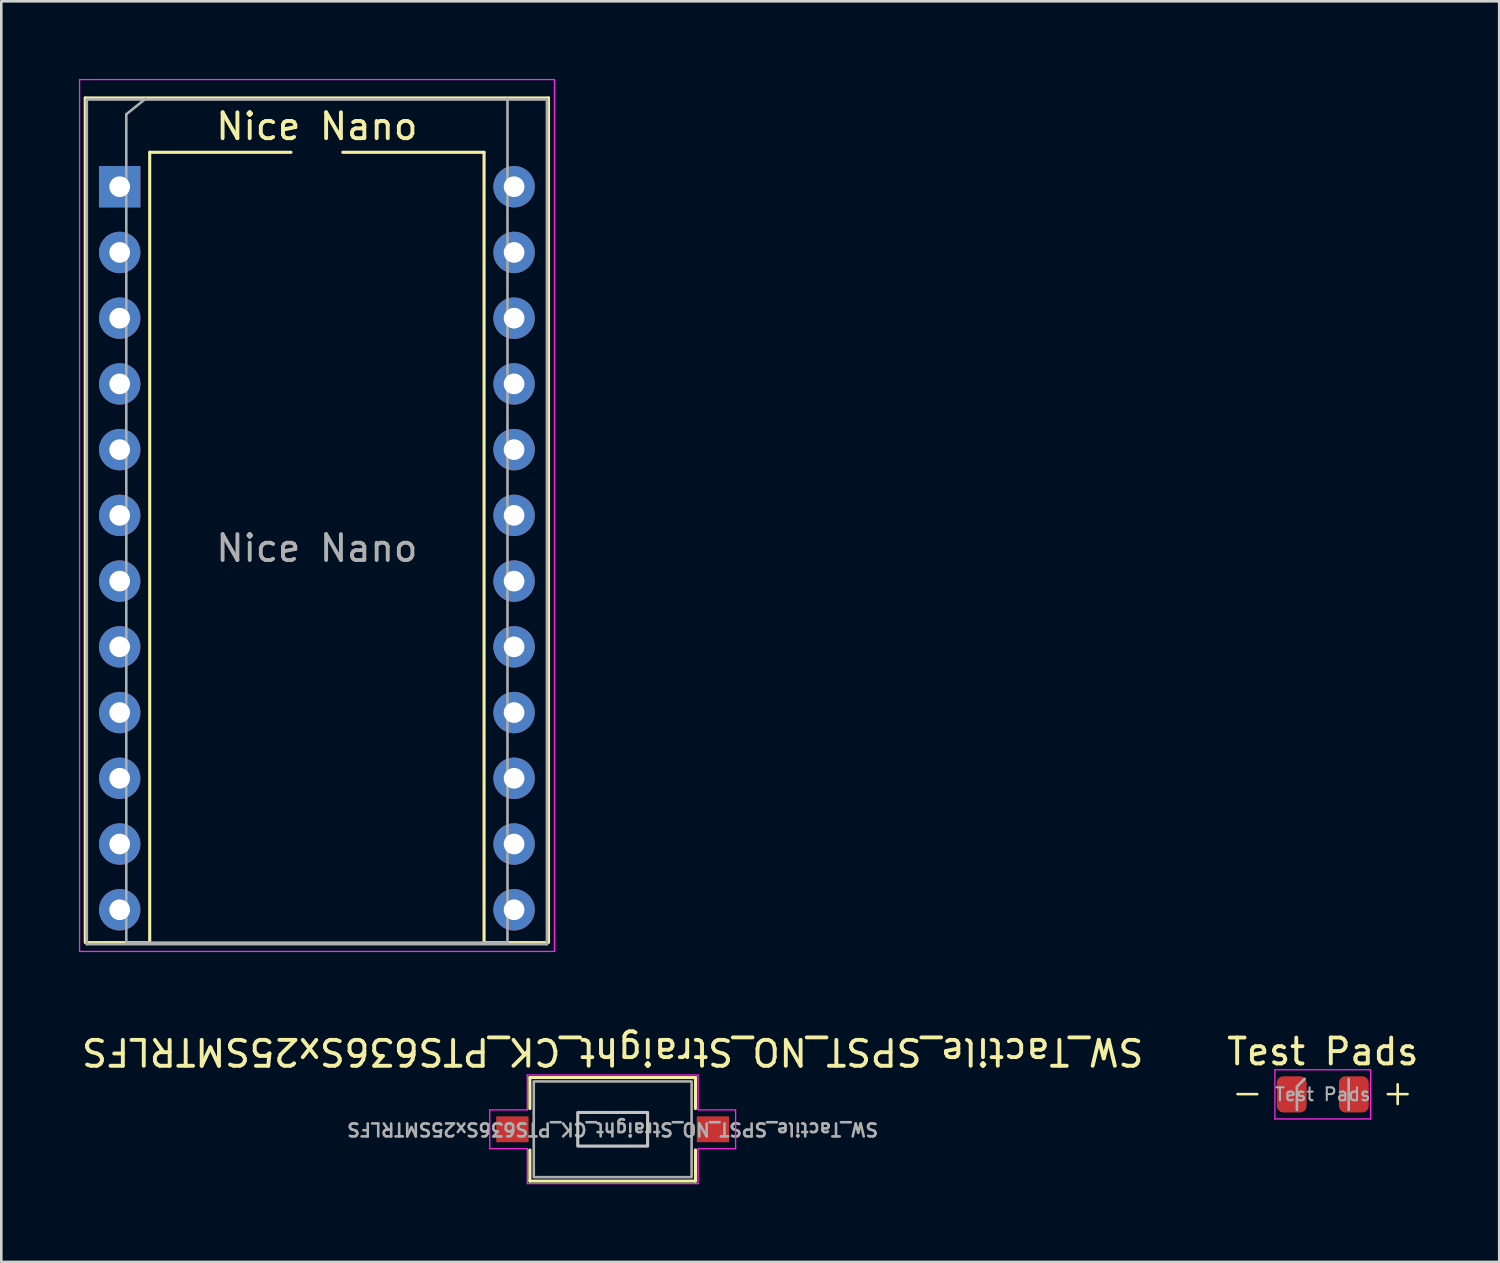
<source format=kicad_pcb>
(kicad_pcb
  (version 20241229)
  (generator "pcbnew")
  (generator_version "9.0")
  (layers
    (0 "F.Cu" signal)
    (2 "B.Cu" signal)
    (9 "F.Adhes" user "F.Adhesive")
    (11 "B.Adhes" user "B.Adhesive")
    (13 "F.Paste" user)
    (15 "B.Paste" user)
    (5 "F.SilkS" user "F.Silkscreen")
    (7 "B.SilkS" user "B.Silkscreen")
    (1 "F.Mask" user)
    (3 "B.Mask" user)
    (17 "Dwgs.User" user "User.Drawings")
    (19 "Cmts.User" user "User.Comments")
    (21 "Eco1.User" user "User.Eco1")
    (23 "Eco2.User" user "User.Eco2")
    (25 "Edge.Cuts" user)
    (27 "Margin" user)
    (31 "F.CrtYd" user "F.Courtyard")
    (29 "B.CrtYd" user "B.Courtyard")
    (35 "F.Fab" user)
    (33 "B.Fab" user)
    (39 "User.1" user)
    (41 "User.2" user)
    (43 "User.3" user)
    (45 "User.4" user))
  (footprint "SW_Tactile_SPST_NO_Straight_CK_PTS636Sx25SMTRLFS"
    (layer "F.Cu")
    (at 20.625 40.588)
    (property "Reference" "SW_Tactile_SPST_NO_Straight_CK_PTS636Sx25SMTRLFS" (at 0 -3 180) (unlocked yes) (layer "F.SilkS") (effects (font (size 1 1) (thickness 0.15))))
    (attr smd)
    (fp_line (start -3.2 -2) (end -3.2 -0.8) (stroke (width 0.12) (type solid)) (layer "F.SilkS"))
    (fp_line (start -3.2 0.8) (end -3.2 2) (stroke (width 0.12) (type solid)) (layer "F.SilkS"))
    (fp_line (start -3.2 2) (end 3.2 2) (stroke (width 0.12) (type solid)) (layer "F.SilkS"))
    (fp_line (start 3.2 -2) (end -3.2 -2) (stroke (width 0.12) (type solid)) (layer "F.SilkS"))
    (fp_line (start 3.2 -0.8) (end 3.2 -2) (stroke (width 0.12) (type solid)) (layer "F.SilkS"))
    (fp_line (start 3.2 2) (end 3.2 0.8) (stroke (width 0.12) (type solid)) (layer "F.SilkS"))
    (fp_rect (start -1.35 -0.65) (end 1.35 0.65) (stroke (width 0.12) (type solid)) (fill no) (layer "Dwgs.User"))
    (fp_line (start -4.75 -0.75) (end -3.3 -0.75) (stroke (width 0.05) (type solid)) (layer "F.CrtYd"))
    (fp_line (start -4.75 0.75) (end -4.75 -0.75) (stroke (width 0.05) (type solid)) (layer "F.CrtYd"))
    (fp_line (start -3.3 -2.1) (end 3.3 -2.1) (stroke (width 0.05) (type solid)) (layer "F.CrtYd"))
    (fp_line (start -3.3 -0.75) (end -3.3 -2.1) (stroke (width 0.05) (type solid)) (layer "F.CrtYd"))
    (fp_line (start -3.3 0.75) (end -4.75 0.75) (stroke (width 0.05) (type solid)) (layer "F.CrtYd"))
    (fp_line (start -3.3 2.1) (end -3.3 0.75) (stroke (width 0.05) (type solid)) (layer "F.CrtYd"))
    (fp_line (start 3.3 -2.1) (end 3.3 -0.75) (stroke (width 0.05) (type solid)) (layer "F.CrtYd"))
    (fp_line (start 3.3 -0.75) (end 4.75 -0.75) (stroke (width 0.05) (type solid)) (layer "F.CrtYd"))
    (fp_line (start 3.3 0.75) (end 3.3 2.1) (stroke (width 0.05) (type solid)) (layer "F.CrtYd"))
    (fp_line (start 3.3 2.1) (end -3.3 2.1) (stroke (width 0.05) (type solid)) (layer "F.CrtYd"))
    (fp_line (start 4.75 -0.75) (end 4.75 0.75) (stroke (width 0.05) (type solid)) (layer "F.CrtYd"))
    (fp_line (start 4.75 0.75) (end 3.3 0.75) (stroke (width 0.05) (type solid)) (layer "F.CrtYd"))
    (fp_rect (start -3.05 -1.85) (end 3.05 1.85) (stroke (width 0.1) (type solid)) (fill no) (layer "F.Fab"))
    (fp_text user "${REFERENCE}" (at 0 0 180) (unlocked yes) (layer "F.Fab") (effects (font (size 0.5 0.5) (thickness 0.1))))
    (pad "1" smd rect (at -3.875 0 180) (size 1.25 1) (layers "F.Cu" "F.Mask" "F.Paste"))
    (pad "2" smd rect (at 3.875 0 180) (size 1.25 1) (layers "F.Cu" "F.Mask" "F.Paste")))
  (footprint "Test Pads"
    (layer "F.Cu")
    (at 48.065 39.238)
    (property "Reference" "Test Pads" (at 0 -1.65 0) (layer "F.SilkS") (effects (font (size 1 1) (thickness 0.15))))
    (attr smd)
    (fp_line (start -1.85 -0.95) (end 1.85 -0.95) (stroke (width 0.05) (type solid)) (layer "F.CrtYd"))
    (fp_line (start -1.85 0.95) (end -1.85 -0.95) (stroke (width 0.05) (type solid)) (layer "F.CrtYd"))
    (fp_line (start 1.85 -0.95) (end 1.85 0.95) (stroke (width 0.05) (type solid)) (layer "F.CrtYd"))
    (fp_line (start 1.85 0.95) (end -1.85 0.95) (stroke (width 0.05) (type solid)) (layer "F.CrtYd"))
    (fp_line (start -1 -0.3) (end -1 0.6) (stroke (width 0.1) (type solid)) (layer "F.Fab"))
    (fp_line (start -0.7 -0.6) (end -1 -0.3) (stroke (width 0.1) (type solid)) (layer "F.Fab"))
    (fp_line (start 1 0.6) (end 1 -0.6) (stroke (width 0.1) (type solid)) (layer "F.Fab"))
    (fp_text user "-      +" (at -3.6 0.5 0) (unlocked yes) (layer "F.SilkS") (effects (font (size 1 1) (thickness 0.1)) (justify left bottom)))
    (fp_text user "${REFERENCE}" (at 0 0 0) (layer "F.Fab") (effects (font (size 0.5 0.5) (thickness 0.08))))
    (pad "1" smd roundrect (at -1.2 0) (size 1.15 1.4) (layers "F.Cu" "F.Mask" "F.Paste") (roundrect_rratio 0.217))
    (pad "2" smd roundrect (at 1.2 0) (size 1.15 1.4) (layers "F.Cu" "F.Mask" "F.Paste") (roundrect_rratio 0.217)))
  (footprint "Nice Nano"
    (layer "F.Cu")
    (at 1.575 4.165)
    (property "Reference" "Nice Nano" (at 7.62 -2.33 0) (layer "F.SilkS") (effects (font (size 1 1) (thickness 0.15))))
    (attr through_hole)
    (fp_line (start -1.33 -3.43) (end -1.33 29.2) (stroke (width 0.12) (type solid)) (layer "F.SilkS"))
    (fp_line (start -1.33 29.2) (end 1.16 29.2) (stroke (width 0.1) (type default)) (layer "F.SilkS"))
    (fp_line (start 1.16 -1.33) (end 1.16 29.2) (stroke (width 0.12) (type solid)) (layer "F.SilkS"))
    (fp_line (start 6.62 -1.33) (end 1.16 -1.33) (stroke (width 0.12) (type solid)) (layer "F.SilkS"))
    (fp_line (start 14.08 -1.33) (end 8.62 -1.33) (stroke (width 0.12) (type solid)) (layer "F.SilkS"))
    (fp_line (start 14.08 29.2) (end 14.08 -1.33) (stroke (width 0.12) (type solid)) (layer "F.SilkS"))
    (fp_line (start 14.08 29.2) (end 16.57 29.2) (stroke (width 0.1) (type default)) (layer "F.SilkS"))
    (fp_line (start 16.57 -3.43) (end -1.33 -3.43) (stroke (width 0.12) (type solid)) (layer "F.SilkS"))
    (fp_line (start 16.57 29.2) (end 16.57 -3.43) (stroke (width 0.12) (type solid)) (layer "F.SilkS"))
    (fp_line (start -1.55 -4.14) (end -1.55 29.55) (stroke (width 0.05) (type solid)) (layer "F.CrtYd"))
    (fp_line (start -1.55 29.55) (end 16.8 29.55) (stroke (width 0.05) (type solid)) (layer "F.CrtYd"))
    (fp_line (start 16.8 -4.14) (end -1.55 -4.14) (stroke (width 0.05) (type solid)) (layer "F.CrtYd"))
    (fp_line (start 16.8 29.55) (end 16.8 -4.14) (stroke (width 0.05) (type solid)) (layer "F.CrtYd"))
    (fp_line (start -1.27 -3.37) (end -1.27 29.27) (stroke (width 0.1) (type solid)) (layer "F.Fab"))
    (fp_line (start -1.27 29.27) (end 16.51 29.27) (stroke (width 0.1) (type solid)) (layer "F.Fab"))
    (fp_line (start 0.255 -2.8) (end 1 -3.4) (stroke (width 0.1) (type solid)) (layer "F.Fab"))
    (fp_line (start 0.255 29.21) (end 0.255 -2.8) (stroke (width 0.1) (type solid)) (layer "F.Fab"))
    (fp_line (start 14.985 -3.4) (end 14.985 29.21) (stroke (width 0.1) (type solid)) (layer "F.Fab"))
    (fp_line (start 14.985 29.21) (end 0.255 29.21) (stroke (width 0.1) (type solid)) (layer "F.Fab"))
    (fp_line (start 16.51 -3.37) (end -1.27 -3.37) (stroke (width 0.1) (type solid)) (layer "F.Fab"))
    (fp_line (start 16.51 29.27) (end 16.51 -3.37) (stroke (width 0.1) (type solid)) (layer "F.Fab"))
    (fp_text user "${REFERENCE}" (at 7.62 13.97 0) (layer "F.Fab") (effects (font (size 1 1) (thickness 0.15))))
    (pad "1" thru_hole rect (at 0 0) (size 1.6 1.6) (drill 0.8) (layers "*.Cu" "*.Mask"))
    (pad "2" thru_hole oval (at 0 2.54) (size 1.6 1.6) (drill 0.8) (layers "*.Cu" "*.Mask"))
    (pad "3" thru_hole oval (at 0 5.08) (size 1.6 1.6) (drill 0.8) (layers "*.Cu" "*.Mask"))
    (pad "4" thru_hole oval (at 0 7.62) (size 1.6 1.6) (drill 0.8) (layers "*.Cu" "*.Mask"))
    (pad "5" thru_hole oval (at 0 10.16) (size 1.6 1.6) (drill 0.8) (layers "*.Cu" "*.Mask"))
    (pad "6" thru_hole oval (at 0 12.7) (size 1.6 1.6) (drill 0.8) (layers "*.Cu" "*.Mask"))
    (pad "7" thru_hole oval (at 0 15.24) (size 1.6 1.6) (drill 0.8) (layers "*.Cu" "*.Mask"))
    (pad "8" thru_hole oval (at 0 17.78) (size 1.6 1.6) (drill 0.8) (layers "*.Cu" "*.Mask"))
    (pad "9" thru_hole oval (at 0 20.32) (size 1.6 1.6) (drill 0.8) (layers "*.Cu" "*.Mask"))
    (pad "10" thru_hole oval (at 0 22.86) (size 1.6 1.6) (drill 0.8) (layers "*.Cu" "*.Mask"))
    (pad "11" thru_hole oval (at 0 25.4) (size 1.6 1.6) (drill 0.8) (layers "*.Cu" "*.Mask"))
    (pad "12" thru_hole oval (at 0 27.94) (size 1.6 1.6) (drill 0.8) (layers "*.Cu" "*.Mask"))
    (pad "13" thru_hole oval (at 15.24 27.94) (size 1.6 1.6) (drill 0.8) (layers "*.Cu" "*.Mask"))
    (pad "14" thru_hole oval (at 15.24 25.4) (size 1.6 1.6) (drill 0.8) (layers "*.Cu" "*.Mask"))
    (pad "15" thru_hole oval (at 15.24 22.86) (size 1.6 1.6) (drill 0.8) (layers "*.Cu" "*.Mask"))
    (pad "16" thru_hole oval (at 15.24 20.32) (size 1.6 1.6) (drill 0.8) (layers "*.Cu" "*.Mask"))
    (pad "17" thru_hole oval (at 15.24 17.78) (size 1.6 1.6) (drill 0.8) (layers "*.Cu" "*.Mask"))
    (pad "18" thru_hole oval (at 15.24 15.24) (size 1.6 1.6) (drill 0.8) (layers "*.Cu" "*.Mask"))
    (pad "19" thru_hole oval (at 15.24 12.7) (size 1.6 1.6) (drill 0.8) (layers "*.Cu" "*.Mask"))
    (pad "20" thru_hole oval (at 15.24 10.16) (size 1.6 1.6) (drill 0.8) (layers "*.Cu" "*.Mask"))
    (pad "21" thru_hole oval (at 15.24 7.62) (size 1.6 1.6) (drill 0.8) (layers "*.Cu" "*.Mask"))
    (pad "22" thru_hole oval (at 15.24 5.08) (size 1.6 1.6) (drill 0.8) (layers "*.Cu" "*.Mask"))
    (pad "23" thru_hole oval (at 15.24 2.54) (size 1.6 1.6) (drill 0.8) (layers "*.Cu" "*.Mask"))
    (pad "24" thru_hole oval (at 15.24 0) (size 1.6 1.6) (drill 0.8) (layers "*.Cu" "*.Mask")))
  (gr_rect
    (start -3 -3)
    (end 54.881 45.713)
    (stroke (width 0.1) (type default))
    (fill no)
    (layer "Edge.Cuts")))
</source>
